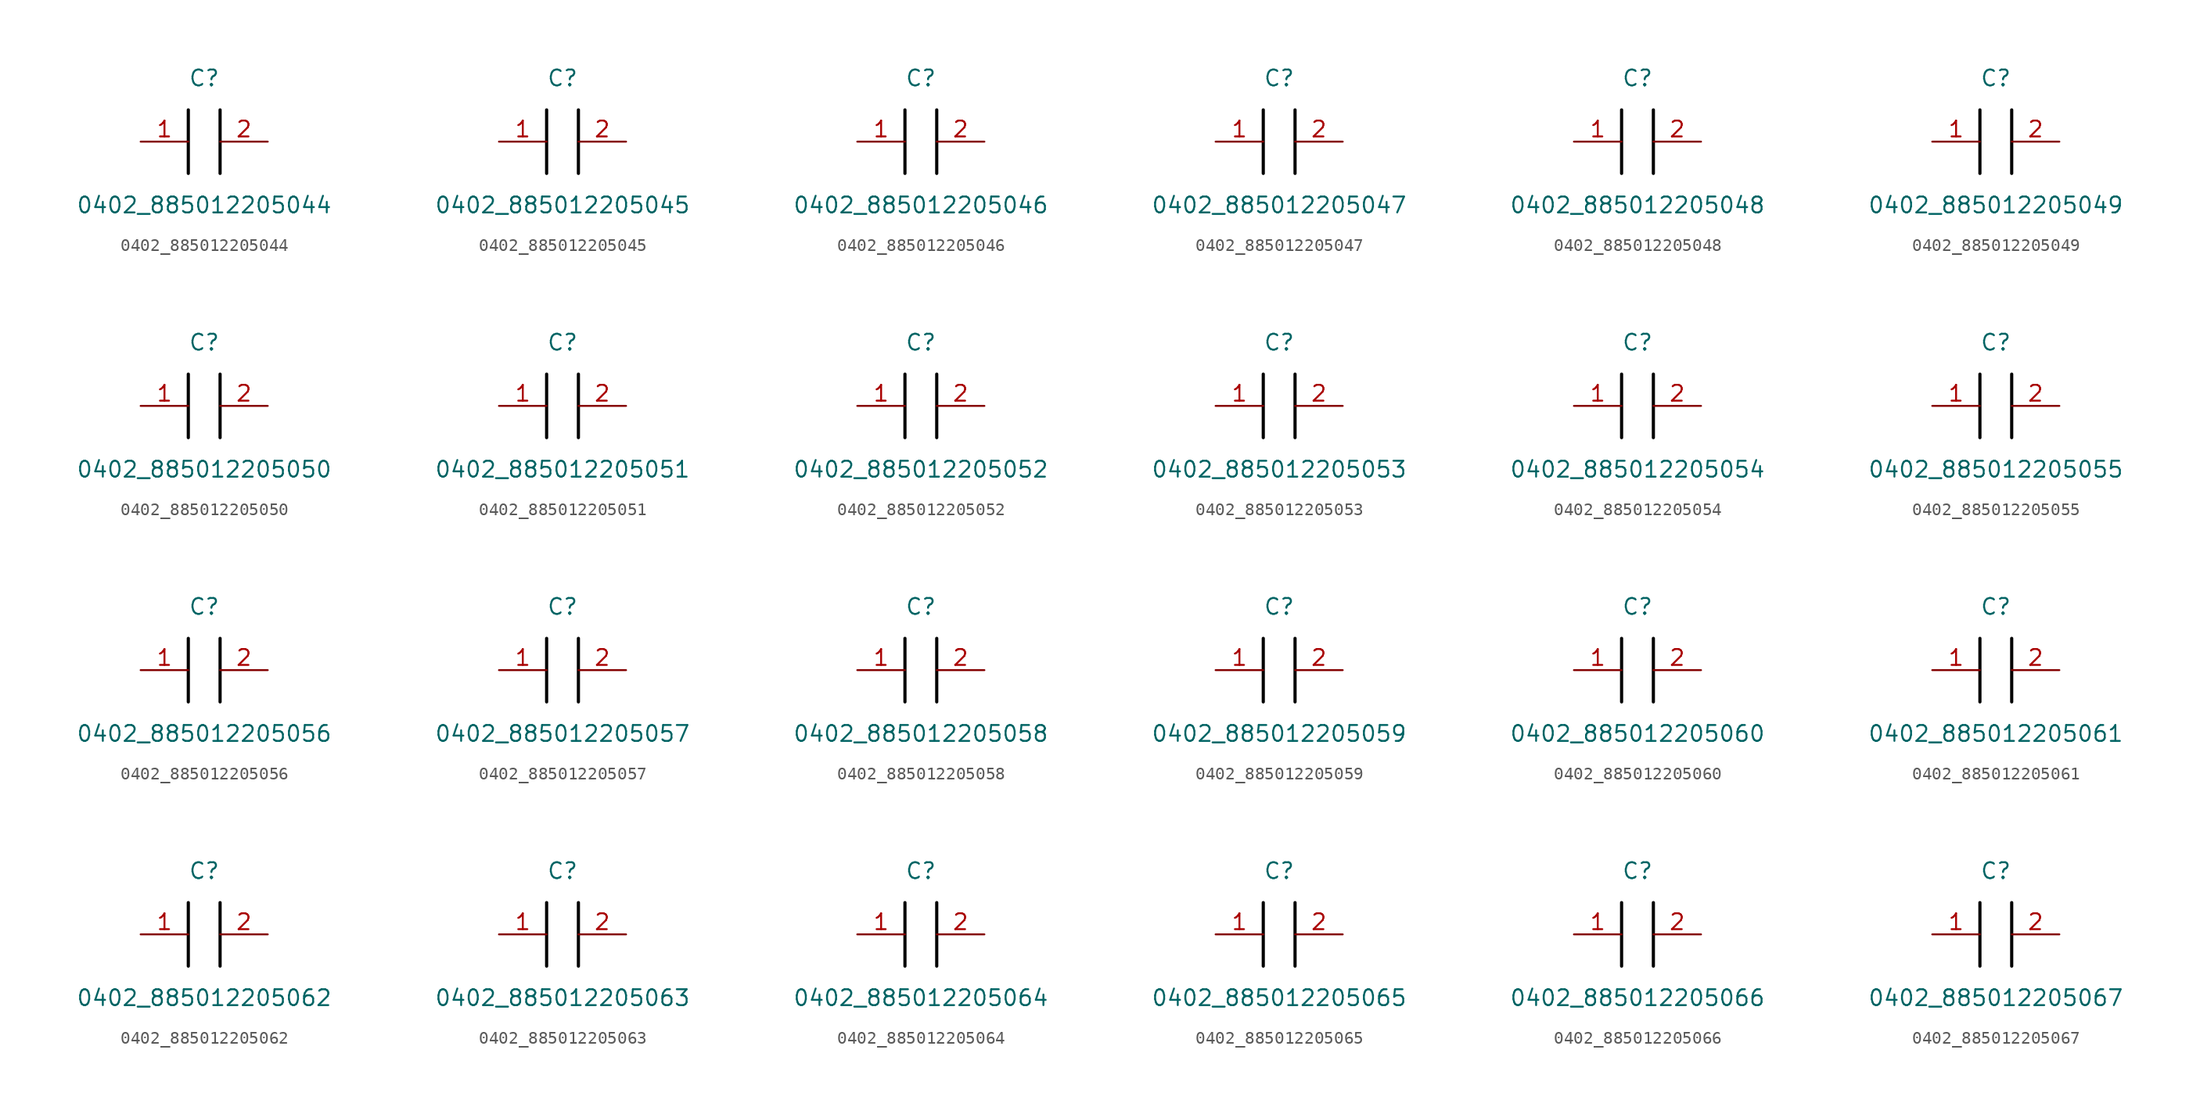
<source format=kicad_sym>
(kicad_symbol_lib
  (version 20220914)
  (generator kicad_symbol_editor)
  (symbol "0402_885012205044"
    (pin_names hide)
    (property "Reference" "C"
      (at 0 5.08 0)
      (effects (font (size 1.27 1.27))))
    (property "Value" "0402_885012205044"
      (at 0 -5.08 0)
      (effects (font (size 1.27 1.27))))
    (symbol "0402_885012205044_1_1"
      (polyline (pts (xy -1.27 2.54) (xy -1.27 -2.54)) (stroke (width 0.254) (type default) (color 0 0 0 1)) (fill (type none)))
      (polyline (pts (xy 1.27 2.54) (xy 1.27 -2.54)) (stroke (width 0.254) (type default) (color 0 0 0 1)) (fill (type none)))
      (pin passive line (at -5.08 0 0) (length 3.81) (name "1" (effects (font (size 1.27 1.27)))) (number "1" (effects (font (size 1.27 1.27)))))
      (pin passive line (at 5.08 0 180) (length 3.81) (name "2" (effects (font (size 1.27 1.27)))) (number "2" (effects (font (size 1.27 1.27)))))))
  (symbol "0402_885012205045"
    (pin_names hide)
    (property "Reference" "C"
      (at 0 5.08 0)
      (effects (font (size 1.27 1.27))))
    (property "Value" "0402_885012205045"
      (at 0 -5.08 0)
      (effects (font (size 1.27 1.27))))
    (symbol "0402_885012205045_1_1"
      (polyline (pts (xy -1.27 2.54) (xy -1.27 -2.54)) (stroke (width 0.254) (type default) (color 0 0 0 1)) (fill (type none)))
      (polyline (pts (xy 1.27 2.54) (xy 1.27 -2.54)) (stroke (width 0.254) (type default) (color 0 0 0 1)) (fill (type none)))
      (pin passive line (at -5.08 0 0) (length 3.81) (name "1" (effects (font (size 1.27 1.27)))) (number "1" (effects (font (size 1.27 1.27)))))
      (pin passive line (at 5.08 0 180) (length 3.81) (name "2" (effects (font (size 1.27 1.27)))) (number "2" (effects (font (size 1.27 1.27)))))))
  (symbol "0402_885012205046"
    (pin_names hide)
    (property "Reference" "C"
      (at 0 5.08 0)
      (effects (font (size 1.27 1.27))))
    (property "Value" "0402_885012205046"
      (at 0 -5.08 0)
      (effects (font (size 1.27 1.27))))
    (symbol "0402_885012205046_1_1"
      (polyline (pts (xy -1.27 2.54) (xy -1.27 -2.54)) (stroke (width 0.254) (type default) (color 0 0 0 1)) (fill (type none)))
      (polyline (pts (xy 1.27 2.54) (xy 1.27 -2.54)) (stroke (width 0.254) (type default) (color 0 0 0 1)) (fill (type none)))
      (pin passive line (at -5.08 0 0) (length 3.81) (name "1" (effects (font (size 1.27 1.27)))) (number "1" (effects (font (size 1.27 1.27)))))
      (pin passive line (at 5.08 0 180) (length 3.81) (name "2" (effects (font (size 1.27 1.27)))) (number "2" (effects (font (size 1.27 1.27)))))))
  (symbol "0402_885012205047"
    (pin_names hide)
    (property "Reference" "C"
      (at 0 5.08 0)
      (effects (font (size 1.27 1.27))))
    (property "Value" "0402_885012205047"
      (at 0 -5.08 0)
      (effects (font (size 1.27 1.27))))
    (symbol "0402_885012205047_1_1"
      (polyline (pts (xy -1.27 2.54) (xy -1.27 -2.54)) (stroke (width 0.254) (type default) (color 0 0 0 1)) (fill (type none)))
      (polyline (pts (xy 1.27 2.54) (xy 1.27 -2.54)) (stroke (width 0.254) (type default) (color 0 0 0 1)) (fill (type none)))
      (pin passive line (at -5.08 0 0) (length 3.81) (name "1" (effects (font (size 1.27 1.27)))) (number "1" (effects (font (size 1.27 1.27)))))
      (pin passive line (at 5.08 0 180) (length 3.81) (name "2" (effects (font (size 1.27 1.27)))) (number "2" (effects (font (size 1.27 1.27)))))))
  (symbol "0402_885012205048"
    (pin_names hide)
    (property "Reference" "C"
      (at 0 5.08 0)
      (effects (font (size 1.27 1.27))))
    (property "Value" "0402_885012205048"
      (at 0 -5.08 0)
      (effects (font (size 1.27 1.27))))
    (symbol "0402_885012205048_1_1"
      (polyline (pts (xy -1.27 2.54) (xy -1.27 -2.54)) (stroke (width 0.254) (type default) (color 0 0 0 1)) (fill (type none)))
      (polyline (pts (xy 1.27 2.54) (xy 1.27 -2.54)) (stroke (width 0.254) (type default) (color 0 0 0 1)) (fill (type none)))
      (pin passive line (at -5.08 0 0) (length 3.81) (name "1" (effects (font (size 1.27 1.27)))) (number "1" (effects (font (size 1.27 1.27)))))
      (pin passive line (at 5.08 0 180) (length 3.81) (name "2" (effects (font (size 1.27 1.27)))) (number "2" (effects (font (size 1.27 1.27)))))))
  (symbol "0402_885012205049"
    (pin_names hide)
    (property "Reference" "C"
      (at 0 5.08 0)
      (effects (font (size 1.27 1.27))))
    (property "Value" "0402_885012205049"
      (at 0 -5.08 0)
      (effects (font (size 1.27 1.27))))
    (symbol "0402_885012205049_1_1"
      (polyline (pts (xy -1.27 2.54) (xy -1.27 -2.54)) (stroke (width 0.254) (type default) (color 0 0 0 1)) (fill (type none)))
      (polyline (pts (xy 1.27 2.54) (xy 1.27 -2.54)) (stroke (width 0.254) (type default) (color 0 0 0 1)) (fill (type none)))
      (pin passive line (at -5.08 0 0) (length 3.81) (name "1" (effects (font (size 1.27 1.27)))) (number "1" (effects (font (size 1.27 1.27)))))
      (pin passive line (at 5.08 0 180) (length 3.81) (name "2" (effects (font (size 1.27 1.27)))) (number "2" (effects (font (size 1.27 1.27)))))))
  (symbol "0402_885012205050"
    (pin_names hide)
    (property "Reference" "C"
      (at 0 5.08 0)
      (effects (font (size 1.27 1.27))))
    (property "Value" "0402_885012205050"
      (at 0 -5.08 0)
      (effects (font (size 1.27 1.27))))
    (symbol "0402_885012205050_1_1"
      (polyline (pts (xy -1.27 2.54) (xy -1.27 -2.54)) (stroke (width 0.254) (type default) (color 0 0 0 1)) (fill (type none)))
      (polyline (pts (xy 1.27 2.54) (xy 1.27 -2.54)) (stroke (width 0.254) (type default) (color 0 0 0 1)) (fill (type none)))
      (pin passive line (at -5.08 0 0) (length 3.81) (name "1" (effects (font (size 1.27 1.27)))) (number "1" (effects (font (size 1.27 1.27)))))
      (pin passive line (at 5.08 0 180) (length 3.81) (name "2" (effects (font (size 1.27 1.27)))) (number "2" (effects (font (size 1.27 1.27)))))))
  (symbol "0402_885012205051"
    (pin_names hide)
    (property "Reference" "C"
      (at 0 5.08 0)
      (effects (font (size 1.27 1.27))))
    (property "Value" "0402_885012205051"
      (at 0 -5.08 0)
      (effects (font (size 1.27 1.27))))
    (symbol "0402_885012205051_1_1"
      (polyline (pts (xy -1.27 2.54) (xy -1.27 -2.54)) (stroke (width 0.254) (type default) (color 0 0 0 1)) (fill (type none)))
      (polyline (pts (xy 1.27 2.54) (xy 1.27 -2.54)) (stroke (width 0.254) (type default) (color 0 0 0 1)) (fill (type none)))
      (pin passive line (at -5.08 0 0) (length 3.81) (name "1" (effects (font (size 1.27 1.27)))) (number "1" (effects (font (size 1.27 1.27)))))
      (pin passive line (at 5.08 0 180) (length 3.81) (name "2" (effects (font (size 1.27 1.27)))) (number "2" (effects (font (size 1.27 1.27)))))))
  (symbol "0402_885012205052"
    (pin_names hide)
    (property "Reference" "C"
      (at 0 5.08 0)
      (effects (font (size 1.27 1.27))))
    (property "Value" "0402_885012205052"
      (at 0 -5.08 0)
      (effects (font (size 1.27 1.27))))
    (symbol "0402_885012205052_1_1"
      (polyline (pts (xy -1.27 2.54) (xy -1.27 -2.54)) (stroke (width 0.254) (type default) (color 0 0 0 1)) (fill (type none)))
      (polyline (pts (xy 1.27 2.54) (xy 1.27 -2.54)) (stroke (width 0.254) (type default) (color 0 0 0 1)) (fill (type none)))
      (pin passive line (at -5.08 0 0) (length 3.81) (name "1" (effects (font (size 1.27 1.27)))) (number "1" (effects (font (size 1.27 1.27)))))
      (pin passive line (at 5.08 0 180) (length 3.81) (name "2" (effects (font (size 1.27 1.27)))) (number "2" (effects (font (size 1.27 1.27)))))))
  (symbol "0402_885012205053"
    (pin_names hide)
    (property "Reference" "C"
      (at 0 5.08 0)
      (effects (font (size 1.27 1.27))))
    (property "Value" "0402_885012205053"
      (at 0 -5.08 0)
      (effects (font (size 1.27 1.27))))
    (symbol "0402_885012205053_1_1"
      (polyline (pts (xy -1.27 2.54) (xy -1.27 -2.54)) (stroke (width 0.254) (type default) (color 0 0 0 1)) (fill (type none)))
      (polyline (pts (xy 1.27 2.54) (xy 1.27 -2.54)) (stroke (width 0.254) (type default) (color 0 0 0 1)) (fill (type none)))
      (pin passive line (at -5.08 0 0) (length 3.81) (name "1" (effects (font (size 1.27 1.27)))) (number "1" (effects (font (size 1.27 1.27)))))
      (pin passive line (at 5.08 0 180) (length 3.81) (name "2" (effects (font (size 1.27 1.27)))) (number "2" (effects (font (size 1.27 1.27)))))))
  (symbol "0402_885012205054"
    (pin_names hide)
    (property "Reference" "C"
      (at 0 5.08 0)
      (effects (font (size 1.27 1.27))))
    (property "Value" "0402_885012205054"
      (at 0 -5.08 0)
      (effects (font (size 1.27 1.27))))
    (symbol "0402_885012205054_1_1"
      (polyline (pts (xy -1.27 2.54) (xy -1.27 -2.54)) (stroke (width 0.254) (type default) (color 0 0 0 1)) (fill (type none)))
      (polyline (pts (xy 1.27 2.54) (xy 1.27 -2.54)) (stroke (width 0.254) (type default) (color 0 0 0 1)) (fill (type none)))
      (pin passive line (at -5.08 0 0) (length 3.81) (name "1" (effects (font (size 1.27 1.27)))) (number "1" (effects (font (size 1.27 1.27)))))
      (pin passive line (at 5.08 0 180) (length 3.81) (name "2" (effects (font (size 1.27 1.27)))) (number "2" (effects (font (size 1.27 1.27)))))))
  (symbol "0402_885012205055"
    (pin_names hide)
    (property "Reference" "C"
      (at 0 5.08 0)
      (effects (font (size 1.27 1.27))))
    (property "Value" "0402_885012205055"
      (at 0 -5.08 0)
      (effects (font (size 1.27 1.27))))
    (symbol "0402_885012205055_1_1"
      (polyline (pts (xy -1.27 2.54) (xy -1.27 -2.54)) (stroke (width 0.254) (type default) (color 0 0 0 1)) (fill (type none)))
      (polyline (pts (xy 1.27 2.54) (xy 1.27 -2.54)) (stroke (width 0.254) (type default) (color 0 0 0 1)) (fill (type none)))
      (pin passive line (at -5.08 0 0) (length 3.81) (name "1" (effects (font (size 1.27 1.27)))) (number "1" (effects (font (size 1.27 1.27)))))
      (pin passive line (at 5.08 0 180) (length 3.81) (name "2" (effects (font (size 1.27 1.27)))) (number "2" (effects (font (size 1.27 1.27)))))))
  (symbol "0402_885012205056"
    (pin_names hide)
    (property "Reference" "C"
      (at 0 5.08 0)
      (effects (font (size 1.27 1.27))))
    (property "Value" "0402_885012205056"
      (at 0 -5.08 0)
      (effects (font (size 1.27 1.27))))
    (symbol "0402_885012205056_1_1"
      (polyline (pts (xy -1.27 2.54) (xy -1.27 -2.54)) (stroke (width 0.254) (type default) (color 0 0 0 1)) (fill (type none)))
      (polyline (pts (xy 1.27 2.54) (xy 1.27 -2.54)) (stroke (width 0.254) (type default) (color 0 0 0 1)) (fill (type none)))
      (pin passive line (at -5.08 0 0) (length 3.81) (name "1" (effects (font (size 1.27 1.27)))) (number "1" (effects (font (size 1.27 1.27)))))
      (pin passive line (at 5.08 0 180) (length 3.81) (name "2" (effects (font (size 1.27 1.27)))) (number "2" (effects (font (size 1.27 1.27)))))))
  (symbol "0402_885012205057"
    (pin_names hide)
    (property "Reference" "C"
      (at 0 5.08 0)
      (effects (font (size 1.27 1.27))))
    (property "Value" "0402_885012205057"
      (at 0 -5.08 0)
      (effects (font (size 1.27 1.27))))
    (symbol "0402_885012205057_1_1"
      (polyline (pts (xy -1.27 2.54) (xy -1.27 -2.54)) (stroke (width 0.254) (type default) (color 0 0 0 1)) (fill (type none)))
      (polyline (pts (xy 1.27 2.54) (xy 1.27 -2.54)) (stroke (width 0.254) (type default) (color 0 0 0 1)) (fill (type none)))
      (pin passive line (at -5.08 0 0) (length 3.81) (name "1" (effects (font (size 1.27 1.27)))) (number "1" (effects (font (size 1.27 1.27)))))
      (pin passive line (at 5.08 0 180) (length 3.81) (name "2" (effects (font (size 1.27 1.27)))) (number "2" (effects (font (size 1.27 1.27)))))))
  (symbol "0402_885012205058"
    (pin_names hide)
    (property "Reference" "C"
      (at 0 5.08 0)
      (effects (font (size 1.27 1.27))))
    (property "Value" "0402_885012205058"
      (at 0 -5.08 0)
      (effects (font (size 1.27 1.27))))
    (symbol "0402_885012205058_1_1"
      (polyline (pts (xy -1.27 2.54) (xy -1.27 -2.54)) (stroke (width 0.254) (type default) (color 0 0 0 1)) (fill (type none)))
      (polyline (pts (xy 1.27 2.54) (xy 1.27 -2.54)) (stroke (width 0.254) (type default) (color 0 0 0 1)) (fill (type none)))
      (pin passive line (at -5.08 0 0) (length 3.81) (name "1" (effects (font (size 1.27 1.27)))) (number "1" (effects (font (size 1.27 1.27)))))
      (pin passive line (at 5.08 0 180) (length 3.81) (name "2" (effects (font (size 1.27 1.27)))) (number "2" (effects (font (size 1.27 1.27)))))))
  (symbol "0402_885012205059"
    (pin_names hide)
    (property "Reference" "C"
      (at 0 5.08 0)
      (effects (font (size 1.27 1.27))))
    (property "Value" "0402_885012205059"
      (at 0 -5.08 0)
      (effects (font (size 1.27 1.27))))
    (symbol "0402_885012205059_1_1"
      (polyline (pts (xy -1.27 2.54) (xy -1.27 -2.54)) (stroke (width 0.254) (type default) (color 0 0 0 1)) (fill (type none)))
      (polyline (pts (xy 1.27 2.54) (xy 1.27 -2.54)) (stroke (width 0.254) (type default) (color 0 0 0 1)) (fill (type none)))
      (pin passive line (at -5.08 0 0) (length 3.81) (name "1" (effects (font (size 1.27 1.27)))) (number "1" (effects (font (size 1.27 1.27)))))
      (pin passive line (at 5.08 0 180) (length 3.81) (name "2" (effects (font (size 1.27 1.27)))) (number "2" (effects (font (size 1.27 1.27)))))))
  (symbol "0402_885012205060"
    (pin_names hide)
    (property "Reference" "C"
      (at 0 5.08 0)
      (effects (font (size 1.27 1.27))))
    (property "Value" "0402_885012205060"
      (at 0 -5.08 0)
      (effects (font (size 1.27 1.27))))
    (symbol "0402_885012205060_1_1"
      (polyline (pts (xy -1.27 2.54) (xy -1.27 -2.54)) (stroke (width 0.254) (type default) (color 0 0 0 1)) (fill (type none)))
      (polyline (pts (xy 1.27 2.54) (xy 1.27 -2.54)) (stroke (width 0.254) (type default) (color 0 0 0 1)) (fill (type none)))
      (pin passive line (at -5.08 0 0) (length 3.81) (name "1" (effects (font (size 1.27 1.27)))) (number "1" (effects (font (size 1.27 1.27)))))
      (pin passive line (at 5.08 0 180) (length 3.81) (name "2" (effects (font (size 1.27 1.27)))) (number "2" (effects (font (size 1.27 1.27)))))))
  (symbol "0402_885012205061"
    (pin_names hide)
    (property "Reference" "C"
      (at 0 5.08 0)
      (effects (font (size 1.27 1.27))))
    (property "Value" "0402_885012205061"
      (at 0 -5.08 0)
      (effects (font (size 1.27 1.27))))
    (symbol "0402_885012205061_1_1"
      (polyline (pts (xy -1.27 2.54) (xy -1.27 -2.54)) (stroke (width 0.254) (type default) (color 0 0 0 1)) (fill (type none)))
      (polyline (pts (xy 1.27 2.54) (xy 1.27 -2.54)) (stroke (width 0.254) (type default) (color 0 0 0 1)) (fill (type none)))
      (pin passive line (at -5.08 0 0) (length 3.81) (name "1" (effects (font (size 1.27 1.27)))) (number "1" (effects (font (size 1.27 1.27)))))
      (pin passive line (at 5.08 0 180) (length 3.81) (name "2" (effects (font (size 1.27 1.27)))) (number "2" (effects (font (size 1.27 1.27)))))))
  (symbol "0402_885012205062"
    (pin_names hide)
    (property "Reference" "C"
      (at 0 5.08 0)
      (effects (font (size 1.27 1.27))))
    (property "Value" "0402_885012205062"
      (at 0 -5.08 0)
      (effects (font (size 1.27 1.27))))
    (symbol "0402_885012205062_1_1"
      (polyline (pts (xy -1.27 2.54) (xy -1.27 -2.54)) (stroke (width 0.254) (type default) (color 0 0 0 1)) (fill (type none)))
      (polyline (pts (xy 1.27 2.54) (xy 1.27 -2.54)) (stroke (width 0.254) (type default) (color 0 0 0 1)) (fill (type none)))
      (pin passive line (at -5.08 0 0) (length 3.81) (name "1" (effects (font (size 1.27 1.27)))) (number "1" (effects (font (size 1.27 1.27)))))
      (pin passive line (at 5.08 0 180) (length 3.81) (name "2" (effects (font (size 1.27 1.27)))) (number "2" (effects (font (size 1.27 1.27)))))))
  (symbol "0402_885012205063"
    (pin_names hide)
    (property "Reference" "C"
      (at 0 5.08 0)
      (effects (font (size 1.27 1.27))))
    (property "Value" "0402_885012205063"
      (at 0 -5.08 0)
      (effects (font (size 1.27 1.27))))
    (symbol "0402_885012205063_1_1"
      (polyline (pts (xy -1.27 2.54) (xy -1.27 -2.54)) (stroke (width 0.254) (type default) (color 0 0 0 1)) (fill (type none)))
      (polyline (pts (xy 1.27 2.54) (xy 1.27 -2.54)) (stroke (width 0.254) (type default) (color 0 0 0 1)) (fill (type none)))
      (pin passive line (at -5.08 0 0) (length 3.81) (name "1" (effects (font (size 1.27 1.27)))) (number "1" (effects (font (size 1.27 1.27)))))
      (pin passive line (at 5.08 0 180) (length 3.81) (name "2" (effects (font (size 1.27 1.27)))) (number "2" (effects (font (size 1.27 1.27)))))))
  (symbol "0402_885012205064"
    (pin_names hide)
    (property "Reference" "C"
      (at 0 5.08 0)
      (effects (font (size 1.27 1.27))))
    (property "Value" "0402_885012205064"
      (at 0 -5.08 0)
      (effects (font (size 1.27 1.27))))
    (symbol "0402_885012205064_1_1"
      (polyline (pts (xy -1.27 2.54) (xy -1.27 -2.54)) (stroke (width 0.254) (type default) (color 0 0 0 1)) (fill (type none)))
      (polyline (pts (xy 1.27 2.54) (xy 1.27 -2.54)) (stroke (width 0.254) (type default) (color 0 0 0 1)) (fill (type none)))
      (pin passive line (at -5.08 0 0) (length 3.81) (name "1" (effects (font (size 1.27 1.27)))) (number "1" (effects (font (size 1.27 1.27)))))
      (pin passive line (at 5.08 0 180) (length 3.81) (name "2" (effects (font (size 1.27 1.27)))) (number "2" (effects (font (size 1.27 1.27)))))))
  (symbol "0402_885012205065"
    (pin_names hide)
    (property "Reference" "C"
      (at 0 5.08 0)
      (effects (font (size 1.27 1.27))))
    (property "Value" "0402_885012205065"
      (at 0 -5.08 0)
      (effects (font (size 1.27 1.27))))
    (symbol "0402_885012205065_1_1"
      (polyline (pts (xy -1.27 2.54) (xy -1.27 -2.54)) (stroke (width 0.254) (type default) (color 0 0 0 1)) (fill (type none)))
      (polyline (pts (xy 1.27 2.54) (xy 1.27 -2.54)) (stroke (width 0.254) (type default) (color 0 0 0 1)) (fill (type none)))
      (pin passive line (at -5.08 0 0) (length 3.81) (name "1" (effects (font (size 1.27 1.27)))) (number "1" (effects (font (size 1.27 1.27)))))
      (pin passive line (at 5.08 0 180) (length 3.81) (name "2" (effects (font (size 1.27 1.27)))) (number "2" (effects (font (size 1.27 1.27)))))))
  (symbol "0402_885012205066"
    (pin_names hide)
    (property "Reference" "C"
      (at 0 5.08 0)
      (effects (font (size 1.27 1.27))))
    (property "Value" "0402_885012205066"
      (at 0 -5.08 0)
      (effects (font (size 1.27 1.27))))
    (symbol "0402_885012205066_1_1"
      (polyline (pts (xy -1.27 2.54) (xy -1.27 -2.54)) (stroke (width 0.254) (type default) (color 0 0 0 1)) (fill (type none)))
      (polyline (pts (xy 1.27 2.54) (xy 1.27 -2.54)) (stroke (width 0.254) (type default) (color 0 0 0 1)) (fill (type none)))
      (pin passive line (at -5.08 0 0) (length 3.81) (name "1" (effects (font (size 1.27 1.27)))) (number "1" (effects (font (size 1.27 1.27)))))
      (pin passive line (at 5.08 0 180) (length 3.81) (name "2" (effects (font (size 1.27 1.27)))) (number "2" (effects (font (size 1.27 1.27)))))))
  (symbol "0402_885012205067"
    (pin_names hide)
    (property "Reference" "C"
      (at 0 5.08 0)
      (effects (font (size 1.27 1.27))))
    (property "Value" "0402_885012205067"
      (at 0 -5.08 0)
      (effects (font (size 1.27 1.27))))
    (symbol "0402_885012205067_1_1"
      (polyline (pts (xy -1.27 2.54) (xy -1.27 -2.54)) (stroke (width 0.254) (type default) (color 0 0 0 1)) (fill (type none)))
      (polyline (pts (xy 1.27 2.54) (xy 1.27 -2.54)) (stroke (width 0.254) (type default) (color 0 0 0 1)) (fill (type none)))
      (pin passive line (at -5.08 0 0) (length 3.81) (name "1" (effects (font (size 1.27 1.27)))) (number "1" (effects (font (size 1.27 1.27)))))
      (pin passive line (at 5.08 0 180) (length 3.81) (name "2" (effects (font (size 1.27 1.27)))) (number "2" (effects (font (size 1.27 1.27))))))))
</source>
